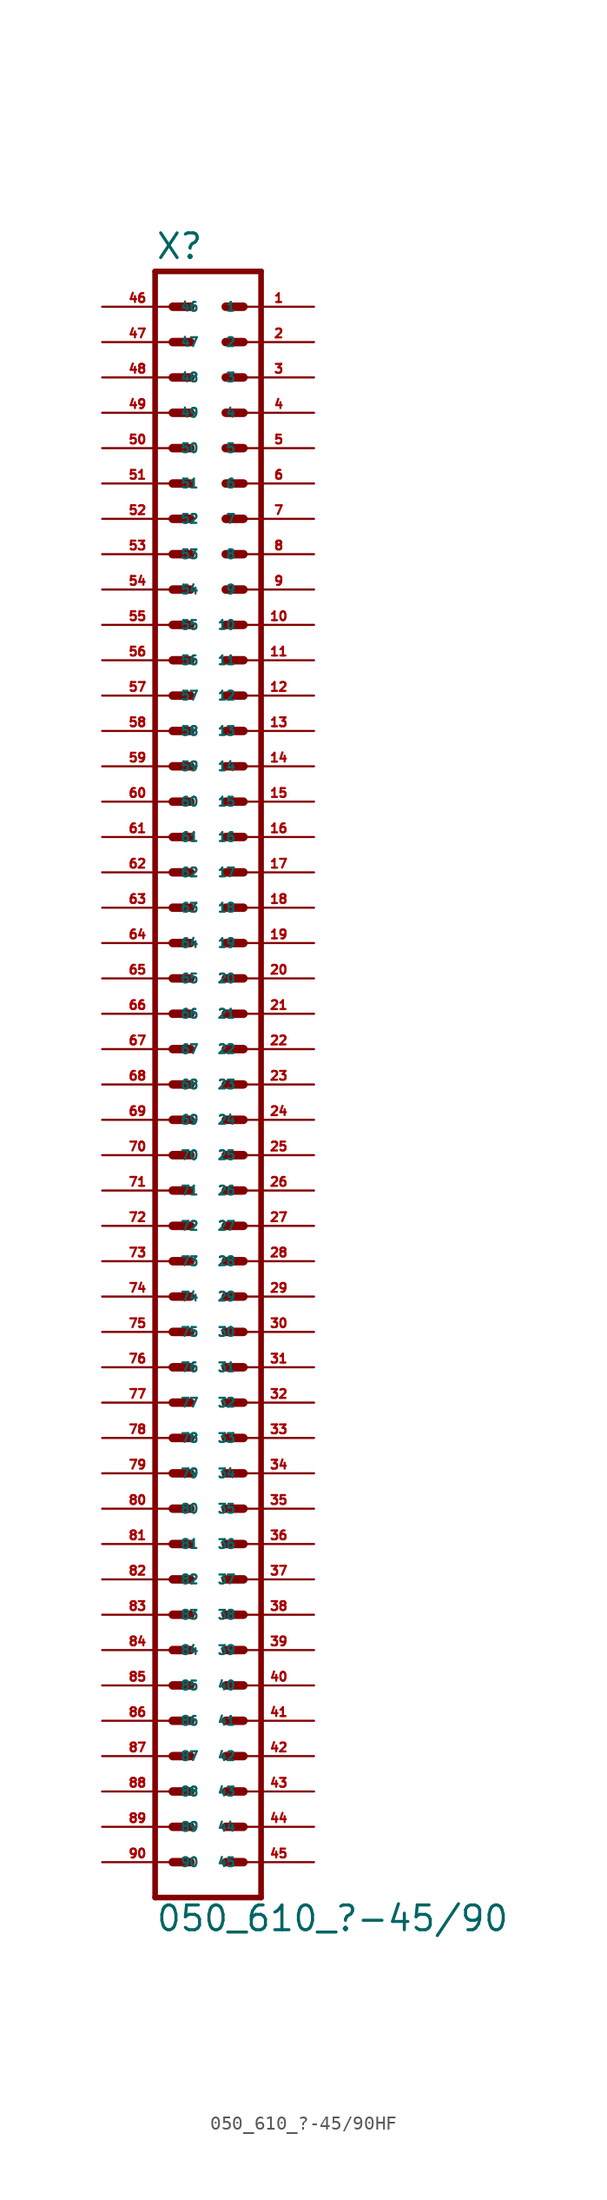
<source format=kicad_sym>
(kicad_symbol_lib
  (version 20220914)
  (generator Eagle2Kicad)
  (symbol "050_610_?-45/90HF"
    (property "Reference" "X"
      (at -3.81 59.182 0)
      (effects (font (size 1.778 1.778) (thickness 0.22)) (justify left bottom)))
    (property "Value" "050_610_?-45/90"
      (at -3.81 -60.96 0)
      (effects (font (size 1.778 1.778) (thickness 0.22)) (justify left bottom)))
    (polyline
      (pts (xy 3.81 -58.42) (xy -3.81 -58.42))
      (stroke (width 0.406) (type default))
      (fill (type none)))
    (polyline
      (pts (xy -3.81 58.42) (xy -3.81 -58.42))
      (stroke (width 0.406) (type default))
      (fill (type none)))
    (polyline
      (pts (xy 3.81 -58.42) (xy 3.81 58.42))
      (stroke (width 0.406) (type default))
      (fill (type none)))
    (polyline
      (pts (xy -3.81 58.42) (xy 3.81 58.42))
      (stroke (width 0.406) (type default))
      (fill (type none)))
    (polyline
      (pts (xy 1.27 55.88) (xy 2.54 55.88))
      (stroke (width 0.61) (type default))
      (fill (type none)))
    (polyline
      (pts (xy 1.27 53.34) (xy 2.54 53.34))
      (stroke (width 0.61) (type default))
      (fill (type none)))
    (polyline
      (pts (xy 1.27 50.8) (xy 2.54 50.8))
      (stroke (width 0.61) (type default))
      (fill (type none)))
    (polyline
      (pts (xy 1.27 48.26) (xy 2.54 48.26))
      (stroke (width 0.61) (type default))
      (fill (type none)))
    (polyline
      (pts (xy 1.27 45.72) (xy 2.54 45.72))
      (stroke (width 0.61) (type default))
      (fill (type none)))
    (polyline
      (pts (xy 1.27 43.18) (xy 2.54 43.18))
      (stroke (width 0.61) (type default))
      (fill (type none)))
    (polyline
      (pts (xy 1.27 40.64) (xy 2.54 40.64))
      (stroke (width 0.61) (type default))
      (fill (type none)))
    (polyline
      (pts (xy 1.27 38.1) (xy 2.54 38.1))
      (stroke (width 0.61) (type default))
      (fill (type none)))
    (polyline
      (pts (xy 1.27 35.56) (xy 2.54 35.56))
      (stroke (width 0.61) (type default))
      (fill (type none)))
    (polyline
      (pts (xy 1.27 33.02) (xy 2.54 33.02))
      (stroke (width 0.61) (type default))
      (fill (type none)))
    (polyline
      (pts (xy 1.27 30.48) (xy 2.54 30.48))
      (stroke (width 0.61) (type default))
      (fill (type none)))
    (polyline
      (pts (xy 1.27 27.94) (xy 2.54 27.94))
      (stroke (width 0.61) (type default))
      (fill (type none)))
    (polyline
      (pts (xy 1.27 25.4) (xy 2.54 25.4))
      (stroke (width 0.61) (type default))
      (fill (type none)))
    (polyline
      (pts (xy 1.27 22.86) (xy 2.54 22.86))
      (stroke (width 0.61) (type default))
      (fill (type none)))
    (polyline
      (pts (xy 1.27 20.32) (xy 2.54 20.32))
      (stroke (width 0.61) (type default))
      (fill (type none)))
    (polyline
      (pts (xy 1.27 17.78) (xy 2.54 17.78))
      (stroke (width 0.61) (type default))
      (fill (type none)))
    (polyline
      (pts (xy 1.27 15.24) (xy 2.54 15.24))
      (stroke (width 0.61) (type default))
      (fill (type none)))
    (polyline
      (pts (xy 1.27 12.7) (xy 2.54 12.7))
      (stroke (width 0.61) (type default))
      (fill (type none)))
    (polyline
      (pts (xy 1.27 10.16) (xy 2.54 10.16))
      (stroke (width 0.61) (type default))
      (fill (type none)))
    (polyline
      (pts (xy 1.27 7.62) (xy 2.54 7.62))
      (stroke (width 0.61) (type default))
      (fill (type none)))
    (polyline
      (pts (xy 1.27 5.08) (xy 2.54 5.08))
      (stroke (width 0.61) (type default))
      (fill (type none)))
    (polyline
      (pts (xy 1.27 2.54) (xy 2.54 2.54))
      (stroke (width 0.61) (type default))
      (fill (type none)))
    (polyline
      (pts (xy 1.27 0) (xy 2.54 0))
      (stroke (width 0.61) (type default))
      (fill (type none)))
    (polyline
      (pts (xy 1.27 -2.54) (xy 2.54 -2.54))
      (stroke (width 0.61) (type default))
      (fill (type none)))
    (polyline
      (pts (xy 1.27 -5.08) (xy 2.54 -5.08))
      (stroke (width 0.61) (type default))
      (fill (type none)))
    (polyline
      (pts (xy 1.27 -7.62) (xy 2.54 -7.62))
      (stroke (width 0.61) (type default))
      (fill (type none)))
    (polyline
      (pts (xy 1.27 -10.16) (xy 2.54 -10.16))
      (stroke (width 0.61) (type default))
      (fill (type none)))
    (polyline
      (pts (xy 1.27 -12.7) (xy 2.54 -12.7))
      (stroke (width 0.61) (type default))
      (fill (type none)))
    (polyline
      (pts (xy 1.27 -15.24) (xy 2.54 -15.24))
      (stroke (width 0.61) (type default))
      (fill (type none)))
    (polyline
      (pts (xy 1.27 -17.78) (xy 2.54 -17.78))
      (stroke (width 0.61) (type default))
      (fill (type none)))
    (polyline
      (pts (xy 1.27 -20.32) (xy 2.54 -20.32))
      (stroke (width 0.61) (type default))
      (fill (type none)))
    (polyline
      (pts (xy 1.27 -22.86) (xy 2.54 -22.86))
      (stroke (width 0.61) (type default))
      (fill (type none)))
    (polyline
      (pts (xy 1.27 -25.4) (xy 2.54 -25.4))
      (stroke (width 0.61) (type default))
      (fill (type none)))
    (polyline
      (pts (xy 1.27 -27.94) (xy 2.54 -27.94))
      (stroke (width 0.61) (type default))
      (fill (type none)))
    (polyline
      (pts (xy 1.27 -30.48) (xy 2.54 -30.48))
      (stroke (width 0.61) (type default))
      (fill (type none)))
    (polyline
      (pts (xy 1.27 -33.02) (xy 2.54 -33.02))
      (stroke (width 0.61) (type default))
      (fill (type none)))
    (polyline
      (pts (xy 1.27 -35.56) (xy 2.54 -35.56))
      (stroke (width 0.61) (type default))
      (fill (type none)))
    (polyline
      (pts (xy 1.27 -38.1) (xy 2.54 -38.1))
      (stroke (width 0.61) (type default))
      (fill (type none)))
    (polyline
      (pts (xy 1.27 -40.64) (xy 2.54 -40.64))
      (stroke (width 0.61) (type default))
      (fill (type none)))
    (polyline
      (pts (xy 1.27 -43.18) (xy 2.54 -43.18))
      (stroke (width 0.61) (type default))
      (fill (type none)))
    (polyline
      (pts (xy 1.27 -45.72) (xy 2.54 -45.72))
      (stroke (width 0.61) (type default))
      (fill (type none)))
    (polyline
      (pts (xy 1.27 -48.26) (xy 2.54 -48.26))
      (stroke (width 0.61) (type default))
      (fill (type none)))
    (polyline
      (pts (xy 1.27 -50.8) (xy 2.54 -50.8))
      (stroke (width 0.61) (type default))
      (fill (type none)))
    (polyline
      (pts (xy 1.27 -53.34) (xy 2.54 -53.34))
      (stroke (width 0.61) (type default))
      (fill (type none)))
    (polyline
      (pts (xy 1.27 -55.88) (xy 2.54 -55.88))
      (stroke (width 0.61) (type default))
      (fill (type none)))
    (polyline
      (pts (xy -1.27 55.88) (xy -2.54 55.88))
      (stroke (width 0.61) (type default))
      (fill (type none)))
    (polyline
      (pts (xy -1.27 53.34) (xy -2.54 53.34))
      (stroke (width 0.61) (type default))
      (fill (type none)))
    (polyline
      (pts (xy -1.27 50.8) (xy -2.54 50.8))
      (stroke (width 0.61) (type default))
      (fill (type none)))
    (polyline
      (pts (xy -1.27 48.26) (xy -2.54 48.26))
      (stroke (width 0.61) (type default))
      (fill (type none)))
    (polyline
      (pts (xy -1.27 45.72) (xy -2.54 45.72))
      (stroke (width 0.61) (type default))
      (fill (type none)))
    (polyline
      (pts (xy -1.27 43.18) (xy -2.54 43.18))
      (stroke (width 0.61) (type default))
      (fill (type none)))
    (polyline
      (pts (xy -1.27 40.64) (xy -2.54 40.64))
      (stroke (width 0.61) (type default))
      (fill (type none)))
    (polyline
      (pts (xy -1.27 38.1) (xy -2.54 38.1))
      (stroke (width 0.61) (type default))
      (fill (type none)))
    (polyline
      (pts (xy -1.27 35.56) (xy -2.54 35.56))
      (stroke (width 0.61) (type default))
      (fill (type none)))
    (polyline
      (pts (xy -1.27 33.02) (xy -2.54 33.02))
      (stroke (width 0.61) (type default))
      (fill (type none)))
    (polyline
      (pts (xy -1.27 30.48) (xy -2.54 30.48))
      (stroke (width 0.61) (type default))
      (fill (type none)))
    (polyline
      (pts (xy -1.27 27.94) (xy -2.54 27.94))
      (stroke (width 0.61) (type default))
      (fill (type none)))
    (polyline
      (pts (xy -1.27 25.4) (xy -2.54 25.4))
      (stroke (width 0.61) (type default))
      (fill (type none)))
    (polyline
      (pts (xy -1.27 22.86) (xy -2.54 22.86))
      (stroke (width 0.61) (type default))
      (fill (type none)))
    (polyline
      (pts (xy -1.27 20.32) (xy -2.54 20.32))
      (stroke (width 0.61) (type default))
      (fill (type none)))
    (polyline
      (pts (xy -1.27 17.78) (xy -2.54 17.78))
      (stroke (width 0.61) (type default))
      (fill (type none)))
    (polyline
      (pts (xy -1.27 15.24) (xy -2.54 15.24))
      (stroke (width 0.61) (type default))
      (fill (type none)))
    (polyline
      (pts (xy -1.27 12.7) (xy -2.54 12.7))
      (stroke (width 0.61) (type default))
      (fill (type none)))
    (polyline
      (pts (xy -1.27 10.16) (xy -2.54 10.16))
      (stroke (width 0.61) (type default))
      (fill (type none)))
    (polyline
      (pts (xy -1.27 7.62) (xy -2.54 7.62))
      (stroke (width 0.61) (type default))
      (fill (type none)))
    (polyline
      (pts (xy -1.27 5.08) (xy -2.54 5.08))
      (stroke (width 0.61) (type default))
      (fill (type none)))
    (polyline
      (pts (xy -1.27 2.54) (xy -2.54 2.54))
      (stroke (width 0.61) (type default))
      (fill (type none)))
    (polyline
      (pts (xy -1.27 0) (xy -2.54 0))
      (stroke (width 0.61) (type default))
      (fill (type none)))
    (polyline
      (pts (xy -1.27 -2.54) (xy -2.54 -2.54))
      (stroke (width 0.61) (type default))
      (fill (type none)))
    (polyline
      (pts (xy -1.27 -5.08) (xy -2.54 -5.08))
      (stroke (width 0.61) (type default))
      (fill (type none)))
    (polyline
      (pts (xy -1.27 -7.62) (xy -2.54 -7.62))
      (stroke (width 0.61) (type default))
      (fill (type none)))
    (polyline
      (pts (xy -1.27 -10.16) (xy -2.54 -10.16))
      (stroke (width 0.61) (type default))
      (fill (type none)))
    (polyline
      (pts (xy -1.27 -12.7) (xy -2.54 -12.7))
      (stroke (width 0.61) (type default))
      (fill (type none)))
    (polyline
      (pts (xy -1.27 -15.24) (xy -2.54 -15.24))
      (stroke (width 0.61) (type default))
      (fill (type none)))
    (polyline
      (pts (xy -1.27 -17.78) (xy -2.54 -17.78))
      (stroke (width 0.61) (type default))
      (fill (type none)))
    (polyline
      (pts (xy -1.27 -20.32) (xy -2.54 -20.32))
      (stroke (width 0.61) (type default))
      (fill (type none)))
    (polyline
      (pts (xy -1.27 -22.86) (xy -2.54 -22.86))
      (stroke (width 0.61) (type default))
      (fill (type none)))
    (polyline
      (pts (xy -1.27 -25.4) (xy -2.54 -25.4))
      (stroke (width 0.61) (type default))
      (fill (type none)))
    (polyline
      (pts (xy -1.27 -27.94) (xy -2.54 -27.94))
      (stroke (width 0.61) (type default))
      (fill (type none)))
    (polyline
      (pts (xy -1.27 -30.48) (xy -2.54 -30.48))
      (stroke (width 0.61) (type default))
      (fill (type none)))
    (polyline
      (pts (xy -1.27 -33.02) (xy -2.54 -33.02))
      (stroke (width 0.61) (type default))
      (fill (type none)))
    (polyline
      (pts (xy -1.27 -35.56) (xy -2.54 -35.56))
      (stroke (width 0.61) (type default))
      (fill (type none)))
    (polyline
      (pts (xy -1.27 -38.1) (xy -2.54 -38.1))
      (stroke (width 0.61) (type default))
      (fill (type none)))
    (polyline
      (pts (xy -1.27 -40.64) (xy -2.54 -40.64))
      (stroke (width 0.61) (type default))
      (fill (type none)))
    (polyline
      (pts (xy -1.27 -43.18) (xy -2.54 -43.18))
      (stroke (width 0.61) (type default))
      (fill (type none)))
    (polyline
      (pts (xy -1.27 -45.72) (xy -2.54 -45.72))
      (stroke (width 0.61) (type default))
      (fill (type none)))
    (polyline
      (pts (xy -1.27 -48.26) (xy -2.54 -48.26))
      (stroke (width 0.61) (type default))
      (fill (type none)))
    (polyline
      (pts (xy -1.27 -50.8) (xy -2.54 -50.8))
      (stroke (width 0.61) (type default))
      (fill (type none)))
    (polyline
      (pts (xy -1.27 -53.34) (xy -2.54 -53.34))
      (stroke (width 0.61) (type default))
      (fill (type none)))
    (polyline
      (pts (xy -1.27 -55.88) (xy -2.54 -55.88))
      (stroke (width 0.61) (type default))
      (fill (type none)))
    (pin passive line
      (at 7.62 55.88 180)
      (length 5.08)
      (name "1" (effects (font (size 0.635 0.635) (thickness 0.08)) (justify left bottom)))
      (number "1" (effects (font (size 0.635 0.635) (thickness 0.08)) (justify left bottom))))
    (pin passive line
      (at 7.62 53.34 180)
      (length 5.08)
      (name "2" (effects (font (size 0.635 0.635) (thickness 0.08)) (justify left bottom)))
      (number "2" (effects (font (size 0.635 0.635) (thickness 0.08)) (justify left bottom))))
    (pin passive line
      (at 7.62 50.8 180)
      (length 5.08)
      (name "3" (effects (font (size 0.635 0.635) (thickness 0.08)) (justify left bottom)))
      (number "3" (effects (font (size 0.635 0.635) (thickness 0.08)) (justify left bottom))))
    (pin passive line
      (at 7.62 48.26 180)
      (length 5.08)
      (name "4" (effects (font (size 0.635 0.635) (thickness 0.08)) (justify left bottom)))
      (number "4" (effects (font (size 0.635 0.635) (thickness 0.08)) (justify left bottom))))
    (pin passive line
      (at 7.62 45.72 180)
      (length 5.08)
      (name "5" (effects (font (size 0.635 0.635) (thickness 0.08)) (justify left bottom)))
      (number "5" (effects (font (size 0.635 0.635) (thickness 0.08)) (justify left bottom))))
    (pin passive line
      (at 7.62 43.18 180)
      (length 5.08)
      (name "6" (effects (font (size 0.635 0.635) (thickness 0.08)) (justify left bottom)))
      (number "6" (effects (font (size 0.635 0.635) (thickness 0.08)) (justify left bottom))))
    (pin passive line
      (at 7.62 40.64 180)
      (length 5.08)
      (name "7" (effects (font (size 0.635 0.635) (thickness 0.08)) (justify left bottom)))
      (number "7" (effects (font (size 0.635 0.635) (thickness 0.08)) (justify left bottom))))
    (pin passive line
      (at 7.62 38.1 180)
      (length 5.08)
      (name "8" (effects (font (size 0.635 0.635) (thickness 0.08)) (justify left bottom)))
      (number "8" (effects (font (size 0.635 0.635) (thickness 0.08)) (justify left bottom))))
    (pin passive line
      (at 7.62 35.56 180)
      (length 5.08)
      (name "9" (effects (font (size 0.635 0.635) (thickness 0.08)) (justify left bottom)))
      (number "9" (effects (font (size 0.635 0.635) (thickness 0.08)) (justify left bottom))))
    (pin passive line
      (at 7.62 33.02 180)
      (length 5.08)
      (name "10" (effects (font (size 0.635 0.635) (thickness 0.08)) (justify left bottom)))
      (number "10" (effects (font (size 0.635 0.635) (thickness 0.08)) (justify left bottom))))
    (pin passive line
      (at 7.62 30.48 180)
      (length 5.08)
      (name "11" (effects (font (size 0.635 0.635) (thickness 0.08)) (justify left bottom)))
      (number "11" (effects (font (size 0.635 0.635) (thickness 0.08)) (justify left bottom))))
    (pin passive line
      (at 7.62 27.94 180)
      (length 5.08)
      (name "12" (effects (font (size 0.635 0.635) (thickness 0.08)) (justify left bottom)))
      (number "12" (effects (font (size 0.635 0.635) (thickness 0.08)) (justify left bottom))))
    (pin passive line
      (at 7.62 25.4 180)
      (length 5.08)
      (name "13" (effects (font (size 0.635 0.635) (thickness 0.08)) (justify left bottom)))
      (number "13" (effects (font (size 0.635 0.635) (thickness 0.08)) (justify left bottom))))
    (pin passive line
      (at 7.62 22.86 180)
      (length 5.08)
      (name "14" (effects (font (size 0.635 0.635) (thickness 0.08)) (justify left bottom)))
      (number "14" (effects (font (size 0.635 0.635) (thickness 0.08)) (justify left bottom))))
    (pin passive line
      (at 7.62 20.32 180)
      (length 5.08)
      (name "15" (effects (font (size 0.635 0.635) (thickness 0.08)) (justify left bottom)))
      (number "15" (effects (font (size 0.635 0.635) (thickness 0.08)) (justify left bottom))))
    (pin passive line
      (at 7.62 17.78 180)
      (length 5.08)
      (name "16" (effects (font (size 0.635 0.635) (thickness 0.08)) (justify left bottom)))
      (number "16" (effects (font (size 0.635 0.635) (thickness 0.08)) (justify left bottom))))
    (pin passive line
      (at 7.62 15.24 180)
      (length 5.08)
      (name "17" (effects (font (size 0.635 0.635) (thickness 0.08)) (justify left bottom)))
      (number "17" (effects (font (size 0.635 0.635) (thickness 0.08)) (justify left bottom))))
    (pin passive line
      (at 7.62 12.7 180)
      (length 5.08)
      (name "18" (effects (font (size 0.635 0.635) (thickness 0.08)) (justify left bottom)))
      (number "18" (effects (font (size 0.635 0.635) (thickness 0.08)) (justify left bottom))))
    (pin passive line
      (at 7.62 10.16 180)
      (length 5.08)
      (name "19" (effects (font (size 0.635 0.635) (thickness 0.08)) (justify left bottom)))
      (number "19" (effects (font (size 0.635 0.635) (thickness 0.08)) (justify left bottom))))
    (pin passive line
      (at 7.62 7.62 180)
      (length 5.08)
      (name "20" (effects (font (size 0.635 0.635) (thickness 0.08)) (justify left bottom)))
      (number "20" (effects (font (size 0.635 0.635) (thickness 0.08)) (justify left bottom))))
    (pin passive line
      (at 7.62 5.08 180)
      (length 5.08)
      (name "21" (effects (font (size 0.635 0.635) (thickness 0.08)) (justify left bottom)))
      (number "21" (effects (font (size 0.635 0.635) (thickness 0.08)) (justify left bottom))))
    (pin passive line
      (at 7.62 2.54 180)
      (length 5.08)
      (name "22" (effects (font (size 0.635 0.635) (thickness 0.08)) (justify left bottom)))
      (number "22" (effects (font (size 0.635 0.635) (thickness 0.08)) (justify left bottom))))
    (pin passive line
      (at 7.62 0 180)
      (length 5.08)
      (name "23" (effects (font (size 0.635 0.635) (thickness 0.08)) (justify left bottom)))
      (number "23" (effects (font (size 0.635 0.635) (thickness 0.08)) (justify left bottom))))
    (pin passive line
      (at 7.62 -2.54 180)
      (length 5.08)
      (name "24" (effects (font (size 0.635 0.635) (thickness 0.08)) (justify left bottom)))
      (number "24" (effects (font (size 0.635 0.635) (thickness 0.08)) (justify left bottom))))
    (pin passive line
      (at 7.62 -5.08 180)
      (length 5.08)
      (name "25" (effects (font (size 0.635 0.635) (thickness 0.08)) (justify left bottom)))
      (number "25" (effects (font (size 0.635 0.635) (thickness 0.08)) (justify left bottom))))
    (pin passive line
      (at 7.62 -7.62 180)
      (length 5.08)
      (name "26" (effects (font (size 0.635 0.635) (thickness 0.08)) (justify left bottom)))
      (number "26" (effects (font (size 0.635 0.635) (thickness 0.08)) (justify left bottom))))
    (pin passive line
      (at 7.62 -10.16 180)
      (length 5.08)
      (name "27" (effects (font (size 0.635 0.635) (thickness 0.08)) (justify left bottom)))
      (number "27" (effects (font (size 0.635 0.635) (thickness 0.08)) (justify left bottom))))
    (pin passive line
      (at 7.62 -12.7 180)
      (length 5.08)
      (name "28" (effects (font (size 0.635 0.635) (thickness 0.08)) (justify left bottom)))
      (number "28" (effects (font (size 0.635 0.635) (thickness 0.08)) (justify left bottom))))
    (pin passive line
      (at 7.62 -15.24 180)
      (length 5.08)
      (name "29" (effects (font (size 0.635 0.635) (thickness 0.08)) (justify left bottom)))
      (number "29" (effects (font (size 0.635 0.635) (thickness 0.08)) (justify left bottom))))
    (pin passive line
      (at 7.62 -17.78 180)
      (length 5.08)
      (name "30" (effects (font (size 0.635 0.635) (thickness 0.08)) (justify left bottom)))
      (number "30" (effects (font (size 0.635 0.635) (thickness 0.08)) (justify left bottom))))
    (pin passive line
      (at 7.62 -20.32 180)
      (length 5.08)
      (name "31" (effects (font (size 0.635 0.635) (thickness 0.08)) (justify left bottom)))
      (number "31" (effects (font (size 0.635 0.635) (thickness 0.08)) (justify left bottom))))
    (pin passive line
      (at 7.62 -22.86 180)
      (length 5.08)
      (name "32" (effects (font (size 0.635 0.635) (thickness 0.08)) (justify left bottom)))
      (number "32" (effects (font (size 0.635 0.635) (thickness 0.08)) (justify left bottom))))
    (pin passive line
      (at 7.62 -25.4 180)
      (length 5.08)
      (name "33" (effects (font (size 0.635 0.635) (thickness 0.08)) (justify left bottom)))
      (number "33" (effects (font (size 0.635 0.635) (thickness 0.08)) (justify left bottom))))
    (pin passive line
      (at 7.62 -27.94 180)
      (length 5.08)
      (name "34" (effects (font (size 0.635 0.635) (thickness 0.08)) (justify left bottom)))
      (number "34" (effects (font (size 0.635 0.635) (thickness 0.08)) (justify left bottom))))
    (pin passive line
      (at 7.62 -30.48 180)
      (length 5.08)
      (name "35" (effects (font (size 0.635 0.635) (thickness 0.08)) (justify left bottom)))
      (number "35" (effects (font (size 0.635 0.635) (thickness 0.08)) (justify left bottom))))
    (pin passive line
      (at 7.62 -33.02 180)
      (length 5.08)
      (name "36" (effects (font (size 0.635 0.635) (thickness 0.08)) (justify left bottom)))
      (number "36" (effects (font (size 0.635 0.635) (thickness 0.08)) (justify left bottom))))
    (pin passive line
      (at 7.62 -35.56 180)
      (length 5.08)
      (name "37" (effects (font (size 0.635 0.635) (thickness 0.08)) (justify left bottom)))
      (number "37" (effects (font (size 0.635 0.635) (thickness 0.08)) (justify left bottom))))
    (pin passive line
      (at 7.62 -38.1 180)
      (length 5.08)
      (name "38" (effects (font (size 0.635 0.635) (thickness 0.08)) (justify left bottom)))
      (number "38" (effects (font (size 0.635 0.635) (thickness 0.08)) (justify left bottom))))
    (pin passive line
      (at 7.62 -40.64 180)
      (length 5.08)
      (name "39" (effects (font (size 0.635 0.635) (thickness 0.08)) (justify left bottom)))
      (number "39" (effects (font (size 0.635 0.635) (thickness 0.08)) (justify left bottom))))
    (pin passive line
      (at 7.62 -43.18 180)
      (length 5.08)
      (name "40" (effects (font (size 0.635 0.635) (thickness 0.08)) (justify left bottom)))
      (number "40" (effects (font (size 0.635 0.635) (thickness 0.08)) (justify left bottom))))
    (pin passive line
      (at 7.62 -45.72 180)
      (length 5.08)
      (name "41" (effects (font (size 0.635 0.635) (thickness 0.08)) (justify left bottom)))
      (number "41" (effects (font (size 0.635 0.635) (thickness 0.08)) (justify left bottom))))
    (pin passive line
      (at 7.62 -48.26 180)
      (length 5.08)
      (name "42" (effects (font (size 0.635 0.635) (thickness 0.08)) (justify left bottom)))
      (number "42" (effects (font (size 0.635 0.635) (thickness 0.08)) (justify left bottom))))
    (pin passive line
      (at 7.62 -50.8 180)
      (length 5.08)
      (name "43" (effects (font (size 0.635 0.635) (thickness 0.08)) (justify left bottom)))
      (number "43" (effects (font (size 0.635 0.635) (thickness 0.08)) (justify left bottom))))
    (pin passive line
      (at 7.62 -53.34 180)
      (length 5.08)
      (name "44" (effects (font (size 0.635 0.635) (thickness 0.08)) (justify left bottom)))
      (number "44" (effects (font (size 0.635 0.635) (thickness 0.08)) (justify left bottom))))
    (pin passive line
      (at 7.62 -55.88 180)
      (length 5.08)
      (name "45" (effects (font (size 0.635 0.635) (thickness 0.08)) (justify left bottom)))
      (number "45" (effects (font (size 0.635 0.635) (thickness 0.08)) (justify left bottom))))
    (pin passive line
      (at -7.62 55.88 0)
      (length 5.08)
      (name "46" (effects (font (size 0.635 0.635) (thickness 0.08)) (justify left bottom)))
      (number "46" (effects (font (size 0.635 0.635) (thickness 0.08)) (justify left bottom))))
    (pin passive line
      (at -7.62 53.34 0)
      (length 5.08)
      (name "47" (effects (font (size 0.635 0.635) (thickness 0.08)) (justify left bottom)))
      (number "47" (effects (font (size 0.635 0.635) (thickness 0.08)) (justify left bottom))))
    (pin passive line
      (at -7.62 50.8 0)
      (length 5.08)
      (name "48" (effects (font (size 0.635 0.635) (thickness 0.08)) (justify left bottom)))
      (number "48" (effects (font (size 0.635 0.635) (thickness 0.08)) (justify left bottom))))
    (pin passive line
      (at -7.62 48.26 0)
      (length 5.08)
      (name "49" (effects (font (size 0.635 0.635) (thickness 0.08)) (justify left bottom)))
      (number "49" (effects (font (size 0.635 0.635) (thickness 0.08)) (justify left bottom))))
    (pin passive line
      (at -7.62 45.72 0)
      (length 5.08)
      (name "50" (effects (font (size 0.635 0.635) (thickness 0.08)) (justify left bottom)))
      (number "50" (effects (font (size 0.635 0.635) (thickness 0.08)) (justify left bottom))))
    (pin passive line
      (at -7.62 43.18 0)
      (length 5.08)
      (name "51" (effects (font (size 0.635 0.635) (thickness 0.08)) (justify left bottom)))
      (number "51" (effects (font (size 0.635 0.635) (thickness 0.08)) (justify left bottom))))
    (pin passive line
      (at -7.62 40.64 0)
      (length 5.08)
      (name "52" (effects (font (size 0.635 0.635) (thickness 0.08)) (justify left bottom)))
      (number "52" (effects (font (size 0.635 0.635) (thickness 0.08)) (justify left bottom))))
    (pin passive line
      (at -7.62 38.1 0)
      (length 5.08)
      (name "53" (effects (font (size 0.635 0.635) (thickness 0.08)) (justify left bottom)))
      (number "53" (effects (font (size 0.635 0.635) (thickness 0.08)) (justify left bottom))))
    (pin passive line
      (at -7.62 35.56 0)
      (length 5.08)
      (name "54" (effects (font (size 0.635 0.635) (thickness 0.08)) (justify left bottom)))
      (number "54" (effects (font (size 0.635 0.635) (thickness 0.08)) (justify left bottom))))
    (pin passive line
      (at -7.62 33.02 0)
      (length 5.08)
      (name "55" (effects (font (size 0.635 0.635) (thickness 0.08)) (justify left bottom)))
      (number "55" (effects (font (size 0.635 0.635) (thickness 0.08)) (justify left bottom))))
    (pin passive line
      (at -7.62 30.48 0)
      (length 5.08)
      (name "56" (effects (font (size 0.635 0.635) (thickness 0.08)) (justify left bottom)))
      (number "56" (effects (font (size 0.635 0.635) (thickness 0.08)) (justify left bottom))))
    (pin passive line
      (at -7.62 27.94 0)
      (length 5.08)
      (name "57" (effects (font (size 0.635 0.635) (thickness 0.08)) (justify left bottom)))
      (number "57" (effects (font (size 0.635 0.635) (thickness 0.08)) (justify left bottom))))
    (pin passive line
      (at -7.62 25.4 0)
      (length 5.08)
      (name "58" (effects (font (size 0.635 0.635) (thickness 0.08)) (justify left bottom)))
      (number "58" (effects (font (size 0.635 0.635) (thickness 0.08)) (justify left bottom))))
    (pin passive line
      (at -7.62 22.86 0)
      (length 5.08)
      (name "59" (effects (font (size 0.635 0.635) (thickness 0.08)) (justify left bottom)))
      (number "59" (effects (font (size 0.635 0.635) (thickness 0.08)) (justify left bottom))))
    (pin passive line
      (at -7.62 20.32 0)
      (length 5.08)
      (name "60" (effects (font (size 0.635 0.635) (thickness 0.08)) (justify left bottom)))
      (number "60" (effects (font (size 0.635 0.635) (thickness 0.08)) (justify left bottom))))
    (pin passive line
      (at -7.62 17.78 0)
      (length 5.08)
      (name "61" (effects (font (size 0.635 0.635) (thickness 0.08)) (justify left bottom)))
      (number "61" (effects (font (size 0.635 0.635) (thickness 0.08)) (justify left bottom))))
    (pin passive line
      (at -7.62 15.24 0)
      (length 5.08)
      (name "62" (effects (font (size 0.635 0.635) (thickness 0.08)) (justify left bottom)))
      (number "62" (effects (font (size 0.635 0.635) (thickness 0.08)) (justify left bottom))))
    (pin passive line
      (at -7.62 12.7 0)
      (length 5.08)
      (name "63" (effects (font (size 0.635 0.635) (thickness 0.08)) (justify left bottom)))
      (number "63" (effects (font (size 0.635 0.635) (thickness 0.08)) (justify left bottom))))
    (pin passive line
      (at -7.62 10.16 0)
      (length 5.08)
      (name "64" (effects (font (size 0.635 0.635) (thickness 0.08)) (justify left bottom)))
      (number "64" (effects (font (size 0.635 0.635) (thickness 0.08)) (justify left bottom))))
    (pin passive line
      (at -7.62 7.62 0)
      (length 5.08)
      (name "65" (effects (font (size 0.635 0.635) (thickness 0.08)) (justify left bottom)))
      (number "65" (effects (font (size 0.635 0.635) (thickness 0.08)) (justify left bottom))))
    (pin passive line
      (at -7.62 5.08 0)
      (length 5.08)
      (name "66" (effects (font (size 0.635 0.635) (thickness 0.08)) (justify left bottom)))
      (number "66" (effects (font (size 0.635 0.635) (thickness 0.08)) (justify left bottom))))
    (pin passive line
      (at -7.62 2.54 0)
      (length 5.08)
      (name "67" (effects (font (size 0.635 0.635) (thickness 0.08)) (justify left bottom)))
      (number "67" (effects (font (size 0.635 0.635) (thickness 0.08)) (justify left bottom))))
    (pin passive line
      (at -7.62 0 0)
      (length 5.08)
      (name "68" (effects (font (size 0.635 0.635) (thickness 0.08)) (justify left bottom)))
      (number "68" (effects (font (size 0.635 0.635) (thickness 0.08)) (justify left bottom))))
    (pin passive line
      (at -7.62 -2.54 0)
      (length 5.08)
      (name "69" (effects (font (size 0.635 0.635) (thickness 0.08)) (justify left bottom)))
      (number "69" (effects (font (size 0.635 0.635) (thickness 0.08)) (justify left bottom))))
    (pin passive line
      (at -7.62 -5.08 0)
      (length 5.08)
      (name "70" (effects (font (size 0.635 0.635) (thickness 0.08)) (justify left bottom)))
      (number "70" (effects (font (size 0.635 0.635) (thickness 0.08)) (justify left bottom))))
    (pin passive line
      (at -7.62 -7.62 0)
      (length 5.08)
      (name "71" (effects (font (size 0.635 0.635) (thickness 0.08)) (justify left bottom)))
      (number "71" (effects (font (size 0.635 0.635) (thickness 0.08)) (justify left bottom))))
    (pin passive line
      (at -7.62 -10.16 0)
      (length 5.08)
      (name "72" (effects (font (size 0.635 0.635) (thickness 0.08)) (justify left bottom)))
      (number "72" (effects (font (size 0.635 0.635) (thickness 0.08)) (justify left bottom))))
    (pin passive line
      (at -7.62 -12.7 0)
      (length 5.08)
      (name "73" (effects (font (size 0.635 0.635) (thickness 0.08)) (justify left bottom)))
      (number "73" (effects (font (size 0.635 0.635) (thickness 0.08)) (justify left bottom))))
    (pin passive line
      (at -7.62 -15.24 0)
      (length 5.08)
      (name "74" (effects (font (size 0.635 0.635) (thickness 0.08)) (justify left bottom)))
      (number "74" (effects (font (size 0.635 0.635) (thickness 0.08)) (justify left bottom))))
    (pin passive line
      (at -7.62 -17.78 0)
      (length 5.08)
      (name "75" (effects (font (size 0.635 0.635) (thickness 0.08)) (justify left bottom)))
      (number "75" (effects (font (size 0.635 0.635) (thickness 0.08)) (justify left bottom))))
    (pin passive line
      (at -7.62 -20.32 0)
      (length 5.08)
      (name "76" (effects (font (size 0.635 0.635) (thickness 0.08)) (justify left bottom)))
      (number "76" (effects (font (size 0.635 0.635) (thickness 0.08)) (justify left bottom))))
    (pin passive line
      (at -7.62 -22.86 0)
      (length 5.08)
      (name "77" (effects (font (size 0.635 0.635) (thickness 0.08)) (justify left bottom)))
      (number "77" (effects (font (size 0.635 0.635) (thickness 0.08)) (justify left bottom))))
    (pin passive line
      (at -7.62 -25.4 0)
      (length 5.08)
      (name "78" (effects (font (size 0.635 0.635) (thickness 0.08)) (justify left bottom)))
      (number "78" (effects (font (size 0.635 0.635) (thickness 0.08)) (justify left bottom))))
    (pin passive line
      (at -7.62 -27.94 0)
      (length 5.08)
      (name "79" (effects (font (size 0.635 0.635) (thickness 0.08)) (justify left bottom)))
      (number "79" (effects (font (size 0.635 0.635) (thickness 0.08)) (justify left bottom))))
    (pin passive line
      (at -7.62 -30.48 0)
      (length 5.08)
      (name "80" (effects (font (size 0.635 0.635) (thickness 0.08)) (justify left bottom)))
      (number "80" (effects (font (size 0.635 0.635) (thickness 0.08)) (justify left bottom))))
    (pin passive line
      (at -7.62 -33.02 0)
      (length 5.08)
      (name "81" (effects (font (size 0.635 0.635) (thickness 0.08)) (justify left bottom)))
      (number "81" (effects (font (size 0.635 0.635) (thickness 0.08)) (justify left bottom))))
    (pin passive line
      (at -7.62 -35.56 0)
      (length 5.08)
      (name "82" (effects (font (size 0.635 0.635) (thickness 0.08)) (justify left bottom)))
      (number "82" (effects (font (size 0.635 0.635) (thickness 0.08)) (justify left bottom))))
    (pin passive line
      (at -7.62 -38.1 0)
      (length 5.08)
      (name "83" (effects (font (size 0.635 0.635) (thickness 0.08)) (justify left bottom)))
      (number "83" (effects (font (size 0.635 0.635) (thickness 0.08)) (justify left bottom))))
    (pin passive line
      (at -7.62 -40.64 0)
      (length 5.08)
      (name "84" (effects (font (size 0.635 0.635) (thickness 0.08)) (justify left bottom)))
      (number "84" (effects (font (size 0.635 0.635) (thickness 0.08)) (justify left bottom))))
    (pin passive line
      (at -7.62 -43.18 0)
      (length 5.08)
      (name "85" (effects (font (size 0.635 0.635) (thickness 0.08)) (justify left bottom)))
      (number "85" (effects (font (size 0.635 0.635) (thickness 0.08)) (justify left bottom))))
    (pin passive line
      (at -7.62 -45.72 0)
      (length 5.08)
      (name "86" (effects (font (size 0.635 0.635) (thickness 0.08)) (justify left bottom)))
      (number "86" (effects (font (size 0.635 0.635) (thickness 0.08)) (justify left bottom))))
    (pin passive line
      (at -7.62 -48.26 0)
      (length 5.08)
      (name "87" (effects (font (size 0.635 0.635) (thickness 0.08)) (justify left bottom)))
      (number "87" (effects (font (size 0.635 0.635) (thickness 0.08)) (justify left bottom))))
    (pin passive line
      (at -7.62 -50.8 0)
      (length 5.08)
      (name "88" (effects (font (size 0.635 0.635) (thickness 0.08)) (justify left bottom)))
      (number "88" (effects (font (size 0.635 0.635) (thickness 0.08)) (justify left bottom))))
    (pin passive line
      (at -7.62 -53.34 0)
      (length 5.08)
      (name "89" (effects (font (size 0.635 0.635) (thickness 0.08)) (justify left bottom)))
      (number "89" (effects (font (size 0.635 0.635) (thickness 0.08)) (justify left bottom))))
    (pin passive line
      (at -7.62 -55.88 0)
      (length 5.08)
      (name "90" (effects (font (size 0.635 0.635) (thickness 0.08)) (justify left bottom)))
      (number "90" (effects (font (size 0.635 0.635) (thickness 0.08)) (justify left bottom))))))
</source>
